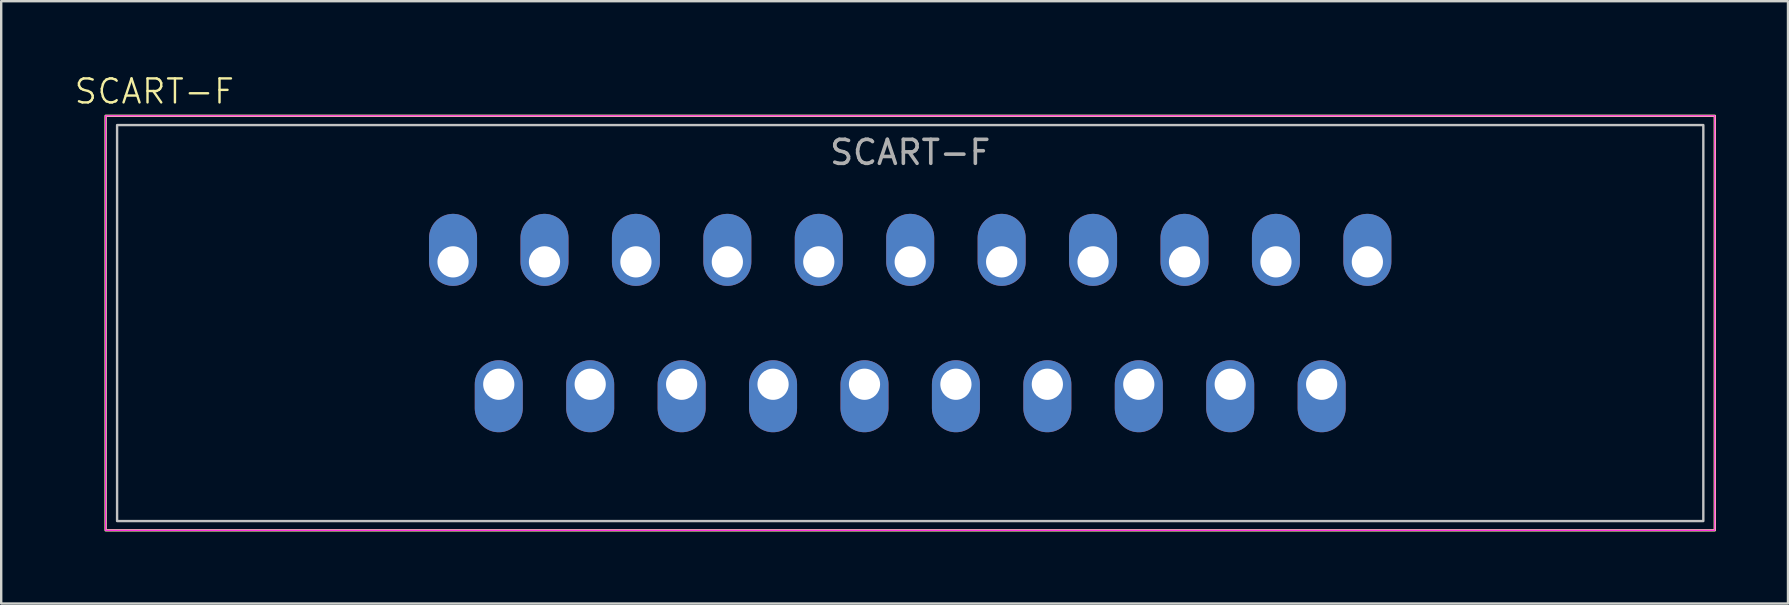
<source format=kicad_pcb>
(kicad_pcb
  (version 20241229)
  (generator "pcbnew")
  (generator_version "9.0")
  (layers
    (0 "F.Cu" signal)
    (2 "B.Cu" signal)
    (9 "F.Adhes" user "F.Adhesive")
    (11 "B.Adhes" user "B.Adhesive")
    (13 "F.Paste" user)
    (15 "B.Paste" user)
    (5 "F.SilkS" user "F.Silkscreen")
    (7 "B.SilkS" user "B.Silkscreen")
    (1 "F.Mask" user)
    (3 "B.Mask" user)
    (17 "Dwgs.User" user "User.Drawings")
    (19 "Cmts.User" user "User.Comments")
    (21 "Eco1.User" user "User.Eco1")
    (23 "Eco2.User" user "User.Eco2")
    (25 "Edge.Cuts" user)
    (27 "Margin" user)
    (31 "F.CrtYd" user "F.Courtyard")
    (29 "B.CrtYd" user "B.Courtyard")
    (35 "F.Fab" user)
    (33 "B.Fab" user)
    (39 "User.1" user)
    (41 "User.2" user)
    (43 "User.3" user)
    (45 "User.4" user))
  (footprint "SCART-F"
    (layer "F.Cu")
    (at 34.879 10.412)
    (property "Reference" "SCART-F" (at -31.496 -9.652 0) (unlocked yes) (layer "F.SilkS") (effects (font (size 1 1) (thickness 0.1))))
    (attr through_hole)
    (fp_rect (start -33.528 -8.636) (end 33.528 8.636) (stroke (width 0.1) (type default)) (fill no) (layer "F.SilkS"))
    (fp_rect (start -33.05 -8.25) (end 33.05 8.25) (stroke (width 0.1) (type default)) (fill no) (layer "Dwgs.User"))
    (fp_rect (start -33.528 -8.636) (end 33.528 8.636) (stroke (width 0.05) (type default)) (fill no) (layer "F.CrtYd"))
    (fp_text user "${REFERENCE}" (at 0 -7.112 0) (unlocked yes) (layer "F.Fab") (effects (font (size 1 1) (thickness 0.15))))
    (pad "1" thru_hole oval (at -19.05 -2.55) (size 2 3) (drill 1.3 (offset 0 -0.5)) (layers "*.Cu" "*.Mask"))
    (pad "2" thru_hole oval (at -17.145 2.55) (size 2 3) (drill 1.3 (offset 0 0.5)) (layers "*.Cu" "*.Mask"))
    (pad "3" thru_hole oval (at -15.24 -2.55) (size 2 3) (drill 1.3 (offset 0 -0.5)) (layers "*.Cu" "*.Mask"))
    (pad "4" thru_hole oval (at -13.335 2.55) (size 2 3) (drill 1.3 (offset 0 0.5)) (layers "*.Cu" "*.Mask"))
    (pad "5" thru_hole oval (at -11.43 -2.55) (size 2 3) (drill 1.3 (offset 0 -0.5)) (layers "*.Cu" "*.Mask"))
    (pad "6" thru_hole oval (at -9.525 2.55) (size 2 3) (drill 1.3 (offset 0 0.5)) (layers "*.Cu" "*.Mask"))
    (pad "7" thru_hole oval (at -7.62 -2.55) (size 2 3) (drill 1.3 (offset 0 -0.5)) (layers "*.Cu" "*.Mask"))
    (pad "8" thru_hole oval (at -5.715 2.55) (size 2 3) (drill 1.3 (offset 0 0.5)) (layers "*.Cu" "*.Mask"))
    (pad "9" thru_hole oval (at -3.81 -2.55) (size 2 3) (drill 1.3 (offset 0 -0.5)) (layers "*.Cu" "*.Mask"))
    (pad "10" thru_hole oval (at -1.905 2.55) (size 2 3) (drill 1.3 (offset 0 0.5)) (layers "*.Cu" "*.Mask"))
    (pad "11" thru_hole oval (at 0 -2.55) (size 2 3) (drill 1.3 (offset 0 -0.5)) (layers "*.Cu" "*.Mask"))
    (pad "12" thru_hole oval (at 1.905 2.55) (size 2 3) (drill 1.3 (offset 0 0.5)) (layers "*.Cu" "*.Mask"))
    (pad "13" thru_hole oval (at 3.81 -2.55) (size 2 3) (drill 1.3 (offset 0 -0.5)) (layers "*.Cu" "*.Mask"))
    (pad "14" thru_hole oval (at 5.715 2.55) (size 2 3) (drill 1.3 (offset 0 0.5)) (layers "*.Cu" "*.Mask"))
    (pad "15" thru_hole oval (at 7.62 -2.55) (size 2 3) (drill 1.3 (offset 0 -0.5)) (layers "*.Cu" "*.Mask"))
    (pad "16" thru_hole oval (at 9.525 2.55) (size 2 3) (drill 1.3 (offset 0 0.5)) (layers "*.Cu" "*.Mask"))
    (pad "17" thru_hole oval (at 11.43 -2.55) (size 2 3) (drill 1.3 (offset 0 -0.5)) (layers "*.Cu" "*.Mask"))
    (pad "18" thru_hole oval (at 13.335 2.55) (size 2 3) (drill 1.3 (offset 0 0.5)) (layers "*.Cu" "*.Mask"))
    (pad "19" thru_hole oval (at 15.24 -2.55) (size 2 3) (drill 1.3 (offset 0 -0.5)) (layers "*.Cu" "*.Mask"))
    (pad "20" thru_hole oval (at 17.145 2.55) (size 2 3) (drill 1.3 (offset 0 0.5)) (layers "*.Cu" "*.Mask"))
    (pad "21" thru_hole oval (at 19.05 -2.55) (size 2 3) (drill 1.3 (offset 0 -0.5)) (layers "*.Cu" "*.Mask")))
  (gr_rect
    (start -3 -3)
    (end 71.457 22.099)
    (stroke (width 0.1) (type default))
    (fill no)
    (layer "Edge.Cuts")))
</source>
